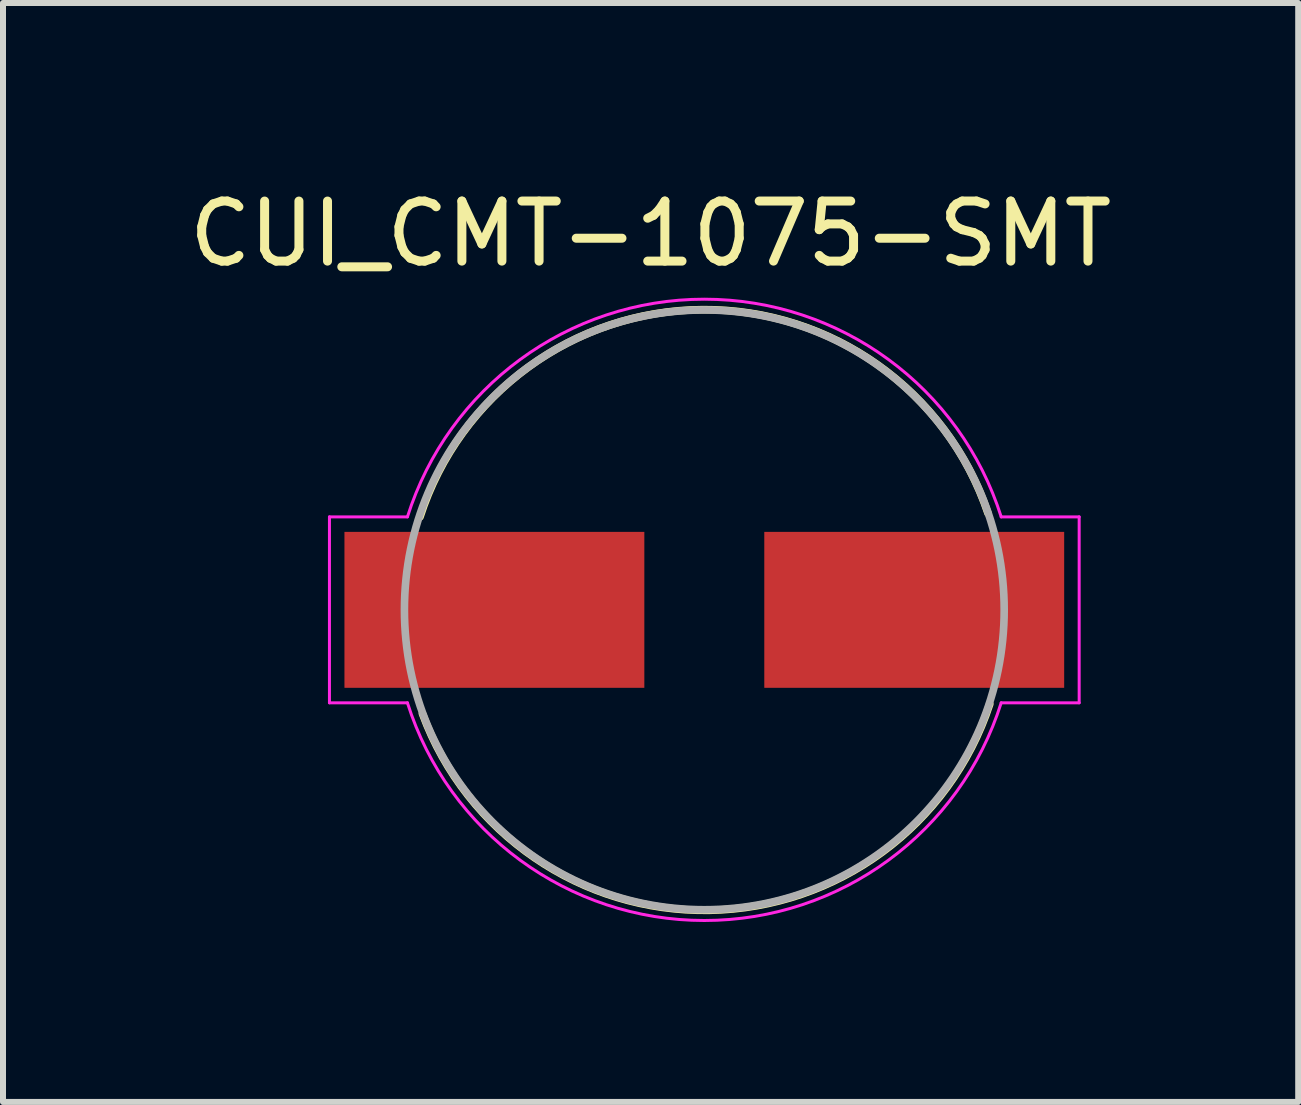
<source format=kicad_pcb>
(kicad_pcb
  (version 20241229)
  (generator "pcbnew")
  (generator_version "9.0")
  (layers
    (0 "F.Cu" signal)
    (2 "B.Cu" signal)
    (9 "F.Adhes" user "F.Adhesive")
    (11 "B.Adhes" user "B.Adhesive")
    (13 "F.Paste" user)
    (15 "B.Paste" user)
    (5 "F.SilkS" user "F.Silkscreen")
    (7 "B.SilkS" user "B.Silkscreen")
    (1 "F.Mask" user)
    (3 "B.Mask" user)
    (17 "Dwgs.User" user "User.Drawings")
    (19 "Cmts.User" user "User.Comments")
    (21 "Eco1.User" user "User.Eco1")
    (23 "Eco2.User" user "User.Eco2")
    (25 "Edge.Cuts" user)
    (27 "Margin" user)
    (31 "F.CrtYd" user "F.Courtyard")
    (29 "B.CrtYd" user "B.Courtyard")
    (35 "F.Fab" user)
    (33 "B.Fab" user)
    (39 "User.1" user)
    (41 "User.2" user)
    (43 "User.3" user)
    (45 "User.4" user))
  (footprint "CUI_CMT-1075-SMT"
    (layer "F.Cu")
    (at 8.693 7.118)
    (property "Reference" "CUI_CMT-1075-SMT" (at -0.896 -6.27 0) (layer "F.SilkS") (effects (font (size 1.001 1.001) (thickness 0.15))))
    (attr smd)
    (fp_arc (start -4.74 -1.549999) (mid -0.026703 -5.005364) (end 4.73 -1.61) (stroke (width 0.127) (type solid)) (layer "F.SilkS"))
    (fp_arc (start 4.76 1.57) (mid 0.086821 5.009573) (end -4.7 1.73) (stroke (width 0.127) (type solid)) (layer "F.SilkS"))
    (fp_line (start -6.25 -1.55) (end -6.25 1.55) (stroke (width 0.05) (type solid)) (layer "F.CrtYd"))
    (fp_line (start -6.25 1.55) (end -4.95 1.55) (stroke (width 0.05) (type solid)) (layer "F.CrtYd"))
    (fp_line (start -4.95 -1.55) (end -6.25 -1.55) (stroke (width 0.05) (type solid)) (layer "F.CrtYd"))
    (fp_line (start 4.95 1.55) (end 6.25 1.55) (stroke (width 0.05) (type solid)) (layer "F.CrtYd"))
    (fp_line (start 6.25 -1.55) (end 4.95 -1.55) (stroke (width 0.05) (type solid)) (layer "F.CrtYd"))
    (fp_line (start 6.25 -1.55) (end 6.25 1.55) (stroke (width 0.05) (type solid)) (layer "F.CrtYd"))
    (fp_arc (start -4.95 -1.55) (mid 0 -5.17949) (end 4.95 -1.55) (stroke (width 0.05) (type solid)) (layer "F.CrtYd"))
    (fp_arc (start 4.95 1.55) (mid 0 5.17949) (end -4.95 1.55) (stroke (width 0.05) (type solid)) (layer "F.CrtYd"))
    (fp_circle (center 0 0) (end 5 0) (stroke (width 0.127) (type solid)) (fill no) (layer "F.Fab"))
    (pad "1" smd rect (at -3.5 0) (size 5 2.6) (layers "F.Cu" "F.Mask" "F.Paste"))
    (pad "2" smd rect (at 3.5 0) (size 5 2.6) (layers "F.Cu" "F.Mask" "F.Paste")))
  (gr_rect
    (start -3 -3)
    (end 18.595 15.323)
    (stroke (width 0.1) (type default))
    (fill no)
    (layer "Edge.Cuts")))
</source>
